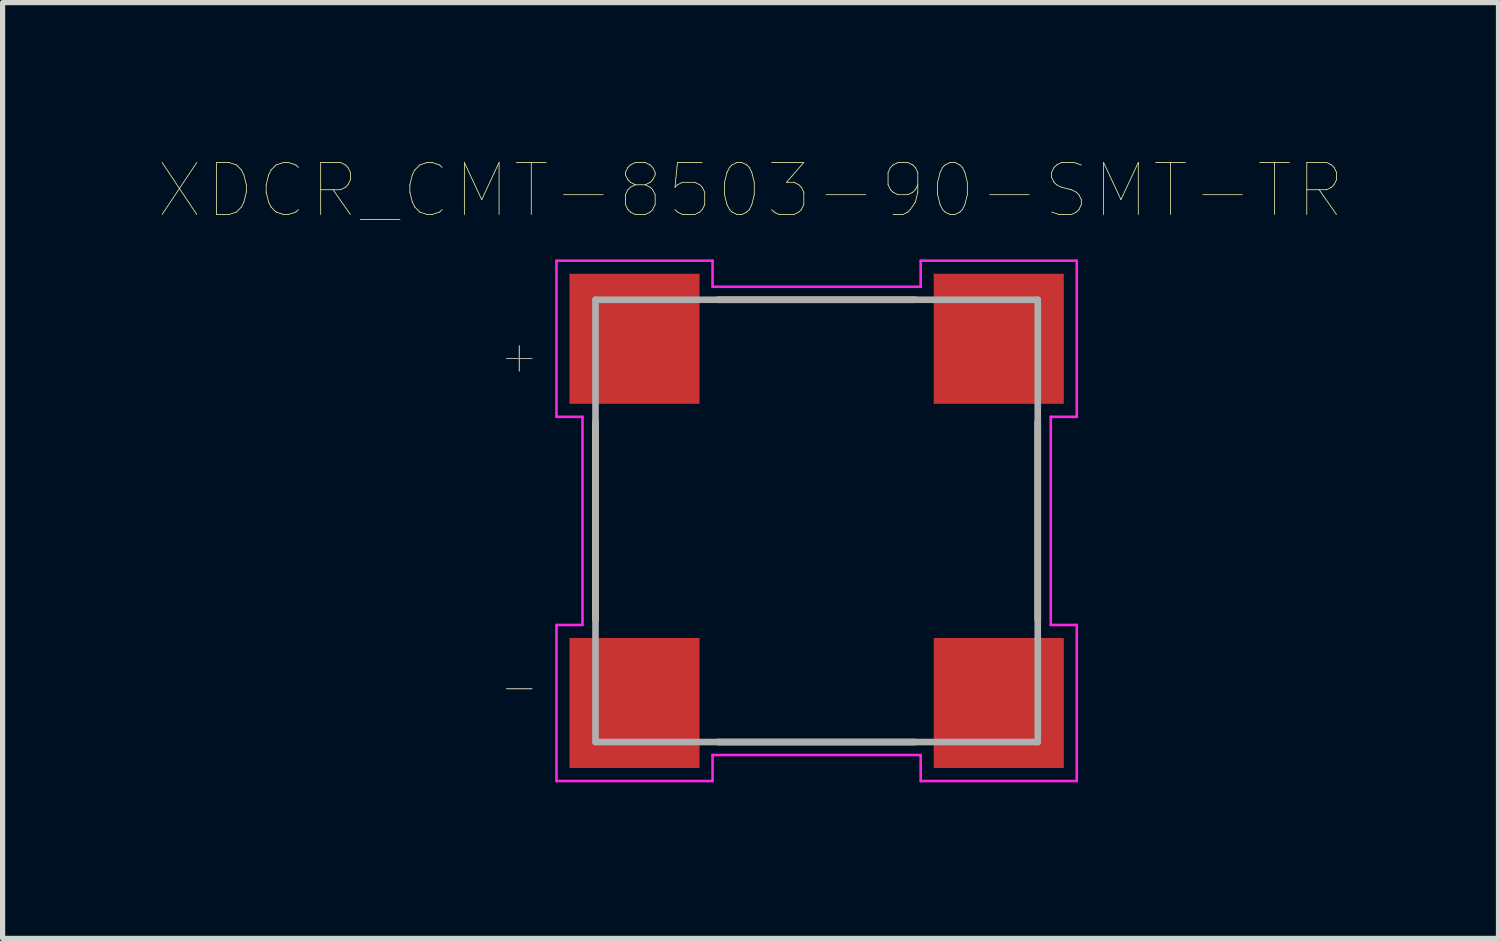
<source format=kicad_pcb>
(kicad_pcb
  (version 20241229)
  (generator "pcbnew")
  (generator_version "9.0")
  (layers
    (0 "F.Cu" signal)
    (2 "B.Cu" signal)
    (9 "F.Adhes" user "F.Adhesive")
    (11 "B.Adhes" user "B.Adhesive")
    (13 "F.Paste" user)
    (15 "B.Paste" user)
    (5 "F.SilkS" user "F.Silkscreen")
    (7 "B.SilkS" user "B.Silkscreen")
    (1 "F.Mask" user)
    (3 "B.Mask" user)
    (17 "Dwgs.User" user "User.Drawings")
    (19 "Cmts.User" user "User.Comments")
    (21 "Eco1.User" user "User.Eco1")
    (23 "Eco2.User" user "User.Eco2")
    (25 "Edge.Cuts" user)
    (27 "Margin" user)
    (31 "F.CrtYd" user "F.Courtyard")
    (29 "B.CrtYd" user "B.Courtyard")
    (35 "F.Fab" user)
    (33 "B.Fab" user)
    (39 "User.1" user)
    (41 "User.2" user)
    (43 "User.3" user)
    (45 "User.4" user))
  (footprint "XDCR_CMT-8503-90-SMT-TR"
    (layer "F.Cu")
    (at 12.645 6.961)
    (property "Reference" "XDCR_CMT-8503-90-SMT-TR" (at -1.27 -6.35 0) (layer "F.SilkS") (effects (font (size 1 1) (thickness 0.015))))
    (attr through_hole)
    (fp_line (start -4.25 -1.9) (end -4.25 1.9) (stroke (width 0.127) (type solid)) (layer "F.SilkS"))
    (fp_line (start -1.9 4.25) (end 1.9 4.25) (stroke (width 0.127) (type solid)) (layer "F.SilkS"))
    (fp_line (start 1.9 -4.25) (end -1.9 -4.25) (stroke (width 0.127) (type solid)) (layer "F.SilkS"))
    (fp_line (start 4.25 1.9) (end 4.25 -1.9) (stroke (width 0.127) (type solid)) (layer "F.SilkS"))
    (fp_line (start -5 -5) (end -2 -5) (stroke (width 0.05) (type solid)) (layer "F.CrtYd"))
    (fp_line (start -5 -2) (end -5 -5) (stroke (width 0.05) (type solid)) (layer "F.CrtYd"))
    (fp_line (start -5 2) (end -4.5 2) (stroke (width 0.05) (type solid)) (layer "F.CrtYd"))
    (fp_line (start -5 5) (end -5 2) (stroke (width 0.05) (type solid)) (layer "F.CrtYd"))
    (fp_line (start -4.5 -2) (end -5 -2) (stroke (width 0.05) (type solid)) (layer "F.CrtYd"))
    (fp_line (start -4.5 2) (end -4.5 -2) (stroke (width 0.05) (type solid)) (layer "F.CrtYd"))
    (fp_line (start -2 -5) (end -2 -4.5) (stroke (width 0.05) (type solid)) (layer "F.CrtYd"))
    (fp_line (start -2 -4.5) (end 2 -4.5) (stroke (width 0.05) (type solid)) (layer "F.CrtYd"))
    (fp_line (start -2 4.5) (end -2 5) (stroke (width 0.05) (type solid)) (layer "F.CrtYd"))
    (fp_line (start -2 5) (end -5 5) (stroke (width 0.05) (type solid)) (layer "F.CrtYd"))
    (fp_line (start 2 -5) (end 5 -5) (stroke (width 0.05) (type solid)) (layer "F.CrtYd"))
    (fp_line (start 2 -4.5) (end 2 -5) (stroke (width 0.05) (type solid)) (layer "F.CrtYd"))
    (fp_line (start 2 4.5) (end -2 4.5) (stroke (width 0.05) (type solid)) (layer "F.CrtYd"))
    (fp_line (start 2 5) (end 2 4.5) (stroke (width 0.05) (type solid)) (layer "F.CrtYd"))
    (fp_line (start 4.5 -2) (end 4.5 2) (stroke (width 0.05) (type solid)) (layer "F.CrtYd"))
    (fp_line (start 4.5 2) (end 5 2) (stroke (width 0.05) (type solid)) (layer "F.CrtYd"))
    (fp_line (start 5 -5) (end 5 -2) (stroke (width 0.05) (type solid)) (layer "F.CrtYd"))
    (fp_line (start 5 -2) (end 4.5 -2) (stroke (width 0.05) (type solid)) (layer "F.CrtYd"))
    (fp_line (start 5 2) (end 5 5) (stroke (width 0.05) (type solid)) (layer "F.CrtYd"))
    (fp_line (start 5 5) (end 2 5) (stroke (width 0.05) (type solid)) (layer "F.CrtYd"))
    (fp_line (start -4.25 -4.25) (end -4.25 4.25) (stroke (width 0.127) (type solid)) (layer "F.Fab"))
    (fp_line (start -4.25 4.25) (end 4.25 4.25) (stroke (width 0.127) (type solid)) (layer "F.Fab"))
    (fp_line (start 4.25 -4.25) (end -4.25 -4.25) (stroke (width 0.127) (type solid)) (layer "F.Fab"))
    (fp_line (start 4.25 4.25) (end 4.25 -4.25) (stroke (width 0.127) (type solid)) (layer "F.Fab"))
    (fp_text user "+" (at -5.715 -3.175 0) (layer "F.SilkS") (effects (font (size 0.64 0.64) (thickness 0.015))))
    (fp_text user "-" (at -5.715 3.175 0) (layer "F.SilkS") (effects (font (size 0.64 0.64) (thickness 0.015))))
    (fp_text user "-" (at -5.715 3.175 0) (layer "F.Fab") (effects (font (size 0.64 0.64) (thickness 0.015))))
    (fp_text user "+" (at -5.715 -3.175 0) (layer "F.Fab") (effects (font (size 0.64 0.64) (thickness 0.015))))
    (pad "1" smd rect (at 3.5 -3.5) (size 2.5 2.5) (layers "F.Cu" "F.Mask" "F.Paste"))
    (pad "2" smd rect (at 3.5 3.5) (size 2.5 2.5) (layers "F.Cu" "F.Mask" "F.Paste"))
    (pad "N" smd rect (at -3.5 3.5) (size 2.5 2.5) (layers "F.Cu" "F.Mask" "F.Paste"))
    (pad "P" smd rect (at -3.5 -3.5) (size 2.5 2.5) (layers "F.Cu" "F.Mask" "F.Paste")))
  (gr_rect
    (start -3 -3)
    (end 25.75 14.986)
    (stroke (width 0.1) (type default))
    (fill no)
    (layer "Edge.Cuts")))
</source>
